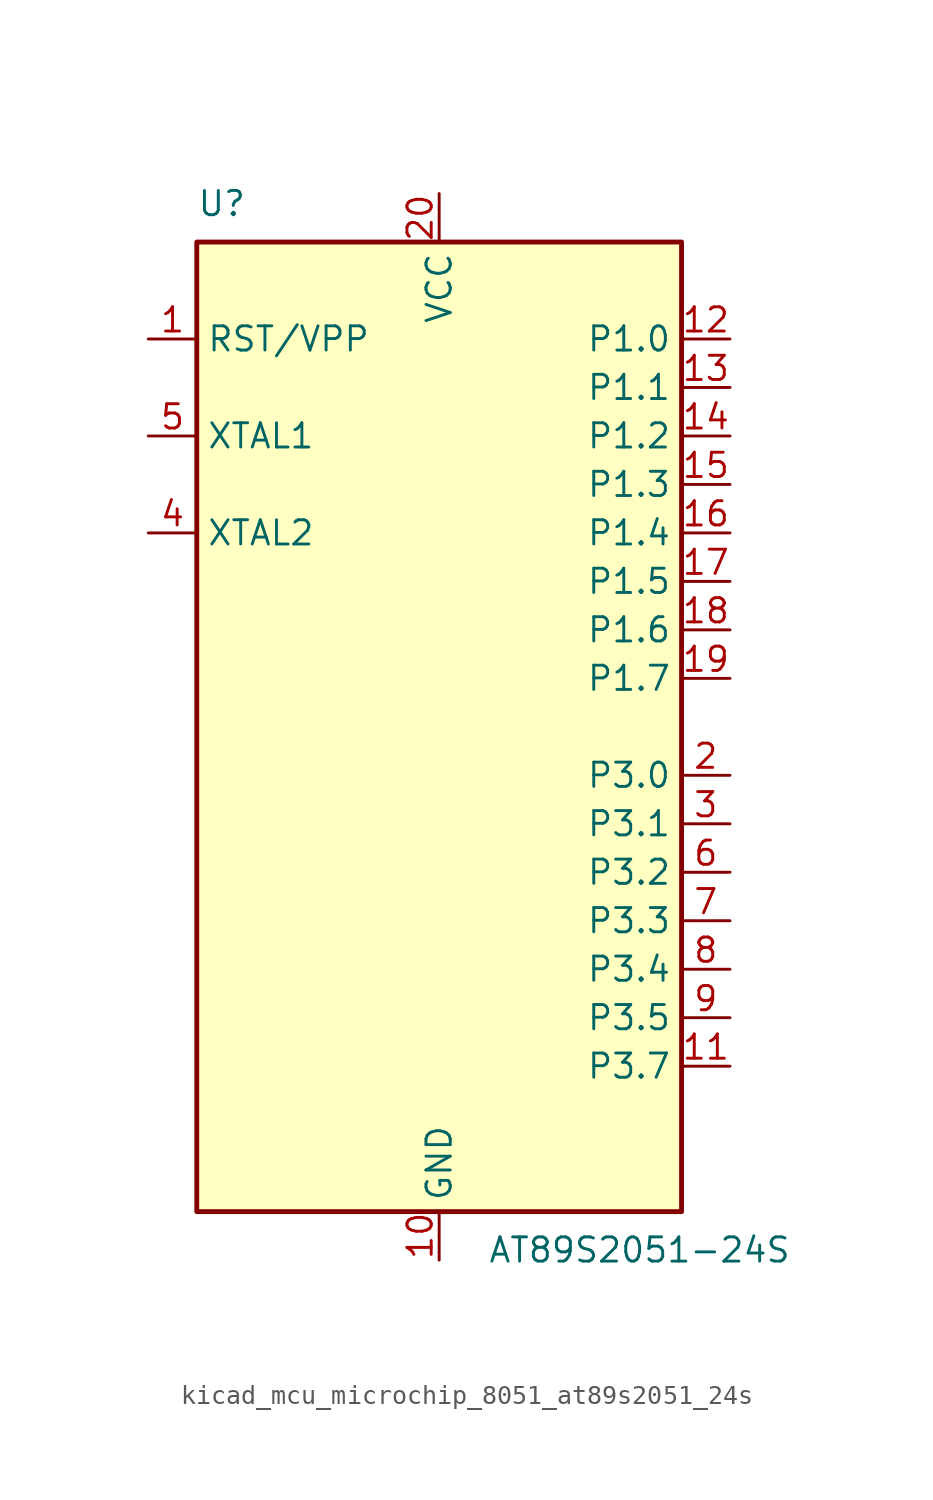
<source format=kicad_sym>
(kicad_symbol_lib
  (version 20220914)
  (generator kicad_symbol_editor)
  (symbol "kicad_mcu_microchip_8051_at89s2051_24s"
    (property "Reference" "U"
      (at -12.7 26.67 0)
      (effects (font (size 1.27 1.27)) (justify left bottom)))
    (property "Value" "AT89S2051-24S"
      (at 2.54 -26.67 0)
      (effects (font (size 1.27 1.27)) (justify left top)))
    (symbol "kicad_mcu_microchip_8051_at89s2051_24s_0_1"
      (rectangle (start -12.7 -25.4) (end 12.7 25.4) (stroke (width 0.254) (type default)) (fill (type background))))
    (symbol "kicad_mcu_microchip_8051_at89s2051_24s_1_1"
      (pin input line (at -15.24 20.32 0) (length 2.54) (name "RST/VPP" (effects (font (size 1.27 1.27)))) (number "1" (effects (font (size 1.27 1.27)))))
      (pin power_in line (at 0 -27.94 90) (length 2.54) (name "GND" (effects (font (size 1.27 1.27)))) (number "10" (effects (font (size 1.27 1.27)))))
      (pin bidirectional line (at 15.24 -17.78 180) (length 2.54) (name "P3.7" (effects (font (size 1.27 1.27)))) (number "11" (effects (font (size 1.27 1.27)))))
      (pin bidirectional line (at 15.24 20.32 180) (length 2.54) (name "P1.0" (effects (font (size 1.27 1.27)))) (number "12" (effects (font (size 1.27 1.27)))))
      (pin bidirectional line (at 15.24 17.78 180) (length 2.54) (name "P1.1" (effects (font (size 1.27 1.27)))) (number "13" (effects (font (size 1.27 1.27)))))
      (pin bidirectional line (at 15.24 15.24 180) (length 2.54) (name "P1.2" (effects (font (size 1.27 1.27)))) (number "14" (effects (font (size 1.27 1.27)))))
      (pin bidirectional line (at 15.24 12.7 180) (length 2.54) (name "P1.3" (effects (font (size 1.27 1.27)))) (number "15" (effects (font (size 1.27 1.27)))))
      (pin bidirectional line (at 15.24 10.16 180) (length 2.54) (name "P1.4" (effects (font (size 1.27 1.27)))) (number "16" (effects (font (size 1.27 1.27)))))
      (pin bidirectional line (at 15.24 7.62 180) (length 2.54) (name "P1.5" (effects (font (size 1.27 1.27)))) (number "17" (effects (font (size 1.27 1.27)))))
      (pin bidirectional line (at 15.24 5.08 180) (length 2.54) (name "P1.6" (effects (font (size 1.27 1.27)))) (number "18" (effects (font (size 1.27 1.27)))))
      (pin bidirectional line (at 15.24 2.54 180) (length 2.54) (name "P1.7" (effects (font (size 1.27 1.27)))) (number "19" (effects (font (size 1.27 1.27)))))
      (pin bidirectional line (at 15.24 -2.54 180) (length 2.54) (name "P3.0" (effects (font (size 1.27 1.27)))) (number "2" (effects (font (size 1.27 1.27)))))
      (pin power_in line (at 0 27.94 270) (length 2.54) (name "VCC" (effects (font (size 1.27 1.27)))) (number "20" (effects (font (size 1.27 1.27)))))
      (pin bidirectional line (at 15.24 -5.08 180) (length 2.54) (name "P3.1" (effects (font (size 1.27 1.27)))) (number "3" (effects (font (size 1.27 1.27)))))
      (pin output line (at -15.24 10.16 0) (length 2.54) (name "XTAL2" (effects (font (size 1.27 1.27)))) (number "4" (effects (font (size 1.27 1.27)))))
      (pin input line (at -15.24 15.24 0) (length 2.54) (name "XTAL1" (effects (font (size 1.27 1.27)))) (number "5" (effects (font (size 1.27 1.27)))))
      (pin bidirectional line (at 15.24 -7.62 180) (length 2.54) (name "P3.2" (effects (font (size 1.27 1.27)))) (number "6" (effects (font (size 1.27 1.27)))))
      (pin bidirectional line (at 15.24 -10.16 180) (length 2.54) (name "P3.3" (effects (font (size 1.27 1.27)))) (number "7" (effects (font (size 1.27 1.27)))))
      (pin bidirectional line (at 15.24 -12.7 180) (length 2.54) (name "P3.4" (effects (font (size 1.27 1.27)))) (number "8" (effects (font (size 1.27 1.27)))))
      (pin bidirectional line (at 15.24 -15.24 180) (length 2.54) (name "P3.5" (effects (font (size 1.27 1.27)))) (number "9" (effects (font (size 1.27 1.27))))))))
</source>
